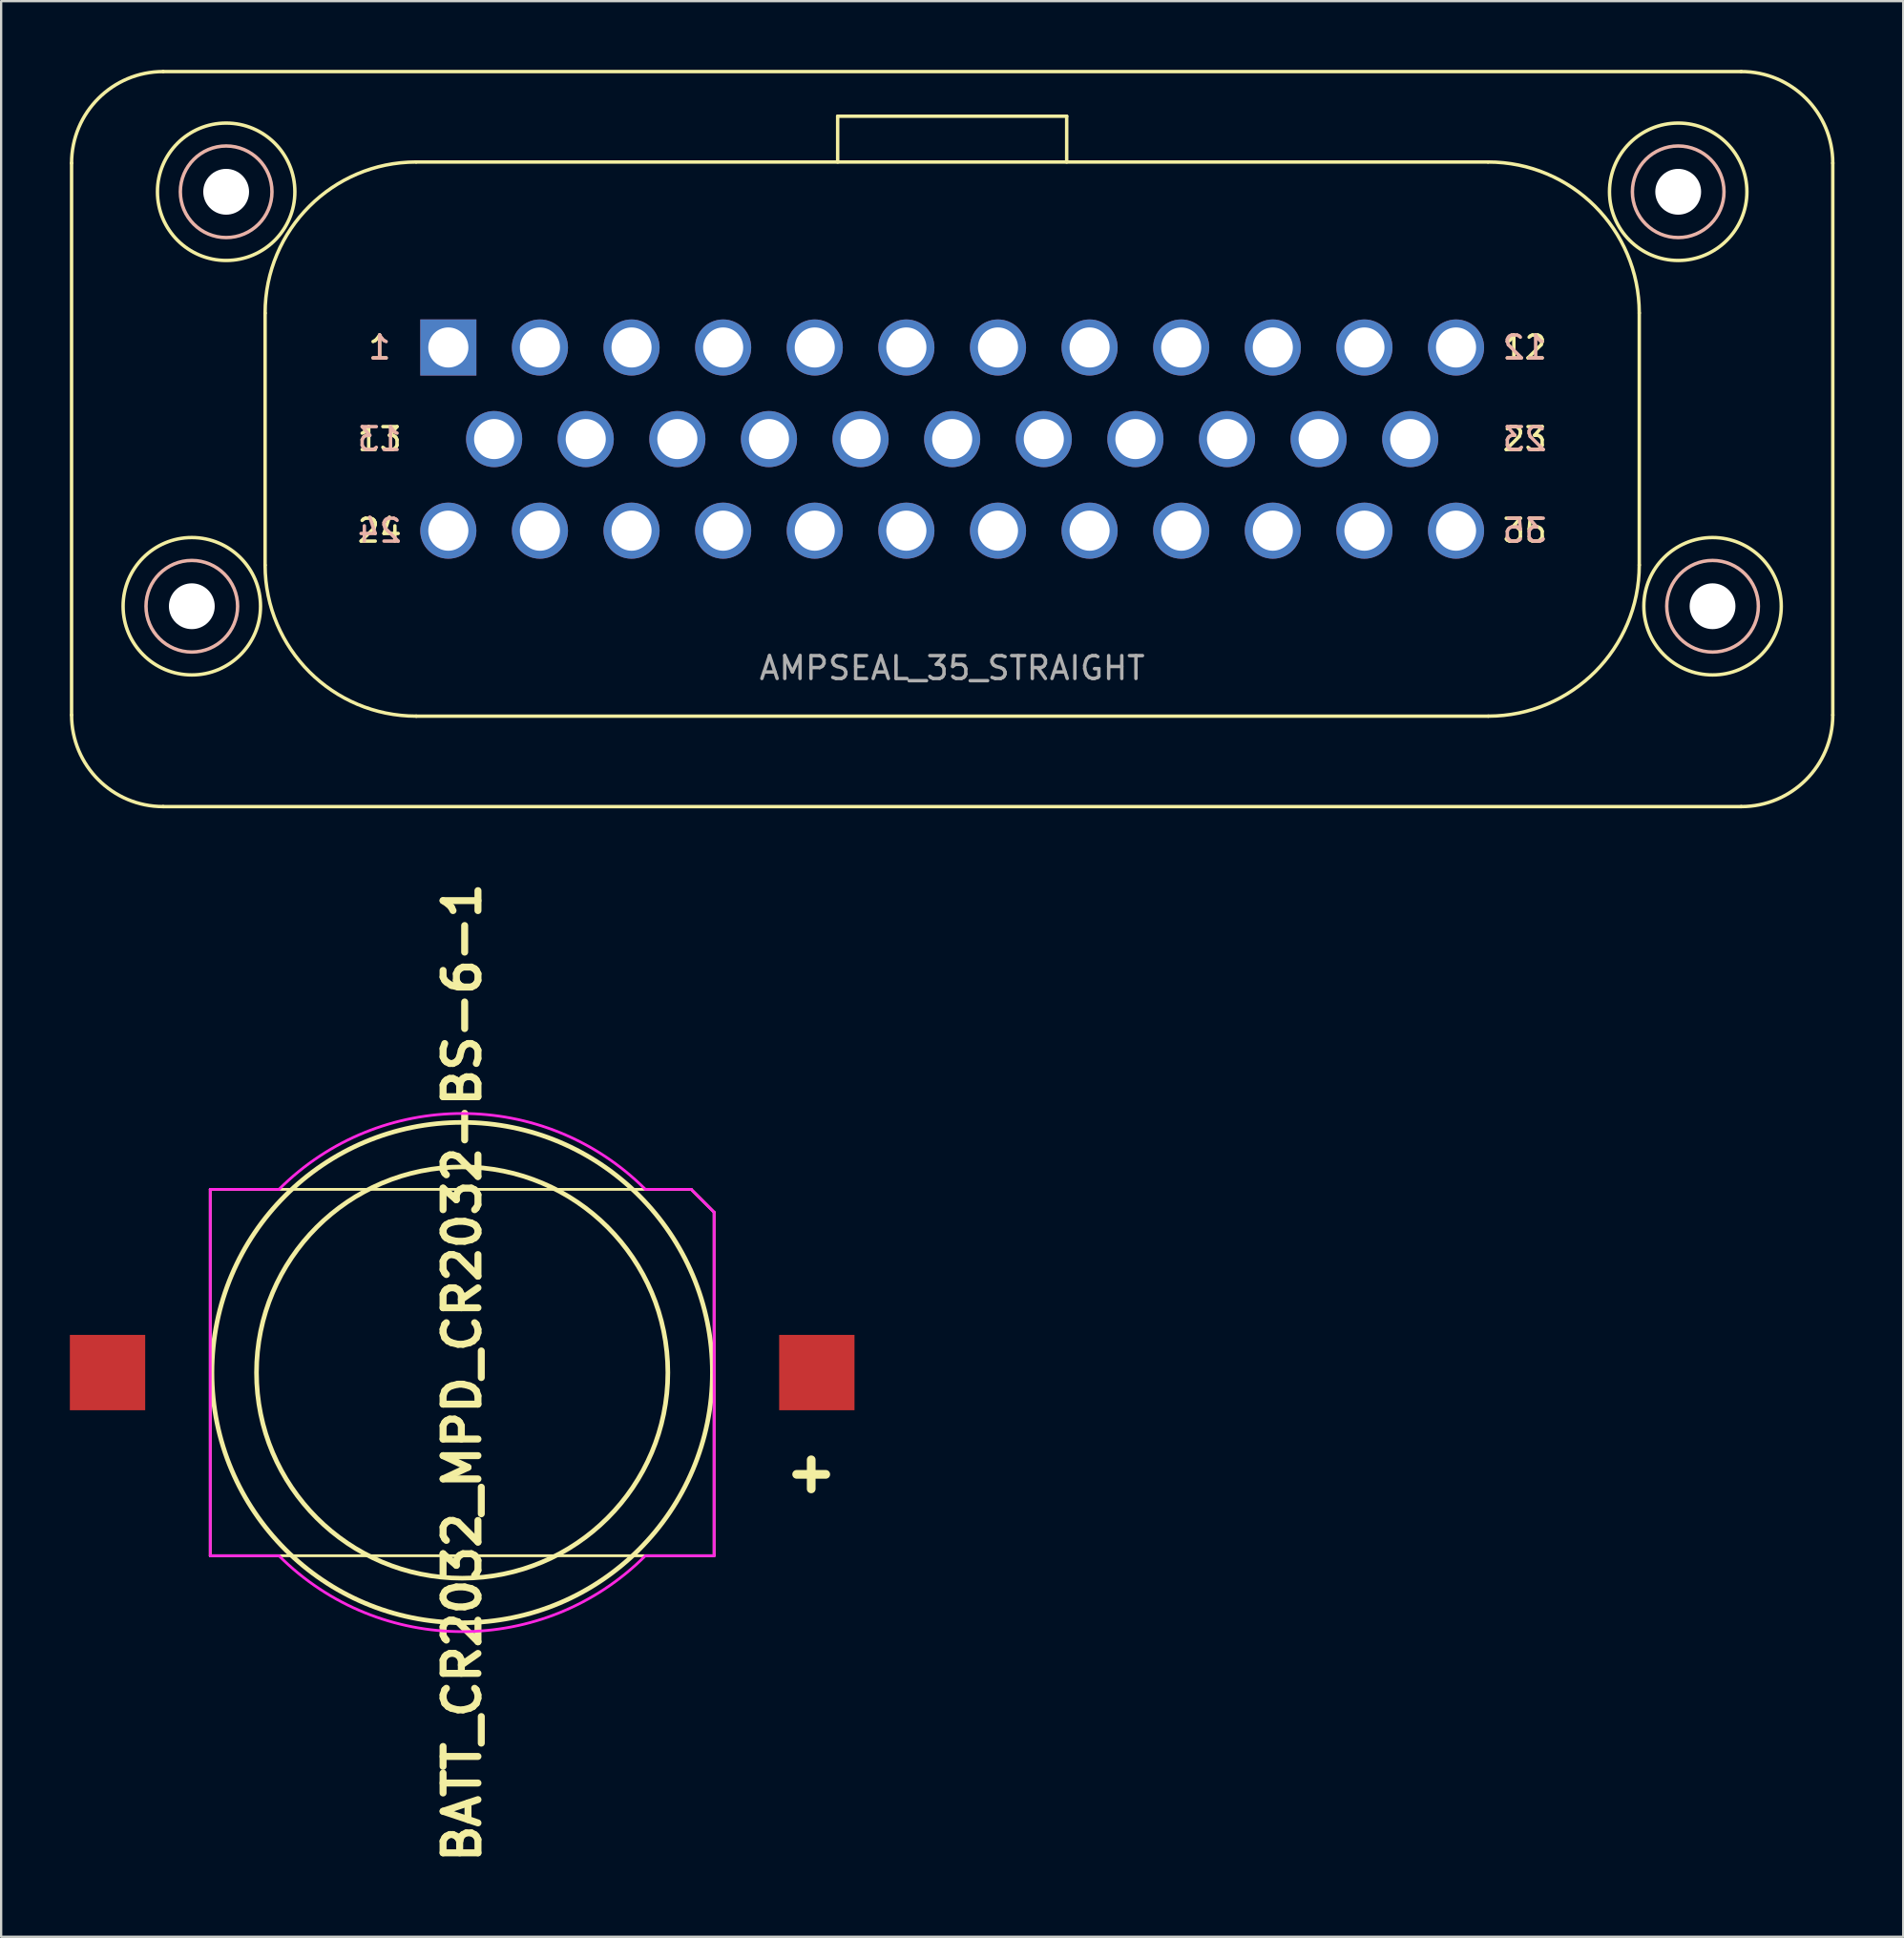
<source format=kicad_pcb>
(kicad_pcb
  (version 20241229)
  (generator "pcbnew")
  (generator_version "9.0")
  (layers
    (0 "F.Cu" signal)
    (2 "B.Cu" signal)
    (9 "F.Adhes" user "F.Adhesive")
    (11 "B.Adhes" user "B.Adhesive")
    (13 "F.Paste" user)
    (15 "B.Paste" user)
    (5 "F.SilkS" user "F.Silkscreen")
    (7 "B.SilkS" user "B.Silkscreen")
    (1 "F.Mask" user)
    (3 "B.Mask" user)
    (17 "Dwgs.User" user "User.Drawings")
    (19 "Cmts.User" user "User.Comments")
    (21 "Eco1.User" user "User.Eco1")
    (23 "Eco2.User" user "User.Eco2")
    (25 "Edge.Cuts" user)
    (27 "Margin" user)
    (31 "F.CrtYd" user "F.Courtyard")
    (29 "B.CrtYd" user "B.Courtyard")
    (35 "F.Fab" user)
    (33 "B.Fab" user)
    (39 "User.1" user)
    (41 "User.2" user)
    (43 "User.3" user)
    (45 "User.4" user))
  (footprint "AMPSEAL_35_STRAIGHT"
    (layer "F.Cu")
    (at 38.525 16.125)
    (property "Reference" "AMPSEAL_35_STRAIGHT" (at 0 10 0) (layer "F.Fab") (effects (font (size 1 1) (thickness 0.15))))
    (attr through_hole)
    (fp_line (start -38.45 -12.05) (end -38.45 12.05) (stroke (width 0.15) (type solid)) (layer "F.SilkS"))
    (fp_line (start -34.45 -16.05) (end 34.45 -16.05) (stroke (width 0.15) (type solid)) (layer "F.SilkS"))
    (fp_line (start -34.45 16.05) (end 34.45 16.05) (stroke (width 0.15) (type solid)) (layer "F.SilkS"))
    (fp_line (start -30 -5.5) (end -30 5.5) (stroke (width 0.15) (type solid)) (layer "F.SilkS"))
    (fp_line (start -23.4 -12.1) (end 23.4 -12.1) (stroke (width 0.15) (type solid)) (layer "F.SilkS"))
    (fp_line (start -23.4 12.1) (end 23.4 12.1) (stroke (width 0.15) (type solid)) (layer "F.SilkS"))
    (fp_line (start -5 -14.1) (end 5 -14.1) (stroke (width 0.15) (type solid)) (layer "F.SilkS"))
    (fp_line (start -5 -12.1) (end -5 -14.1) (stroke (width 0.15) (type solid)) (layer "F.SilkS"))
    (fp_line (start 5 -14.1) (end 5 -12.1) (stroke (width 0.15) (type solid)) (layer "F.SilkS"))
    (fp_line (start 30 -5.5) (end 30 5.5) (stroke (width 0.15) (type solid)) (layer "F.SilkS"))
    (fp_line (start 38.45 -12.05) (end 38.45 12.05) (stroke (width 0.15) (type solid)) (layer "F.SilkS"))
    (fp_arc (start -38.45 -12.05) (mid -37.278427 -14.878427) (end -34.45 -16.05) (stroke (width 0.15) (type solid)) (layer "F.SilkS"))
    (fp_arc (start -34.45 16.05) (mid -37.278427 14.878427) (end -38.45 12.05) (stroke (width 0.15) (type solid)) (layer "F.SilkS"))
    (fp_arc (start -30 -5.5) (mid -28.070976 -10.16283) (end -23.411519 -12.09999) (stroke (width 0.15) (type solid)) (layer "F.SilkS"))
    (fp_arc (start -23.4 12.1) (mid -28.06283 10.170976) (end -29.99999 5.511519) (stroke (width 0.15) (type solid)) (layer "F.SilkS"))
    (fp_arc (start 23.4 -12.1) (mid 28.06283 -10.170976) (end 29.99999 -5.511519) (stroke (width 0.15) (type solid)) (layer "F.SilkS"))
    (fp_arc (start 30 5.5) (mid 28.070976 10.16283) (end 23.411519 12.09999) (stroke (width 0.15) (type solid)) (layer "F.SilkS"))
    (fp_arc (start 34.45 -16.05) (mid 37.278427 -14.878427) (end 38.45 -12.05) (stroke (width 0.15) (type solid)) (layer "F.SilkS"))
    (fp_arc (start 38.45 12.05) (mid 37.278427 14.878427) (end 34.45 16.05) (stroke (width 0.15) (type solid)) (layer "F.SilkS"))
    (fp_circle (center -33.2 7.3) (end -36.2 7.3) (stroke (width 0.15) (type solid)) (fill no) (layer "F.SilkS"))
    (fp_circle (center -31.7 -10.8) (end -34.7 -10.8) (stroke (width 0.15) (type solid)) (fill no) (layer "F.SilkS"))
    (fp_circle (center 31.7 -10.8) (end 34.7 -10.8) (stroke (width 0.15) (type solid)) (fill no) (layer "F.SilkS"))
    (fp_circle (center 33.2 7.3) (end 36.2 7.3) (stroke (width 0.15) (type solid)) (fill no) (layer "F.SilkS"))
    (fp_circle (center -33.2 7.3) (end -35.2 7.3) (stroke (width 0.15) (type solid)) (fill no) (layer "B.SilkS"))
    (fp_circle (center -31.7 -10.8) (end -33.7 -10.8) (stroke (width 0.15) (type solid)) (fill no) (layer "B.SilkS"))
    (fp_circle (center 31.7 -10.8) (end 33.7 -10.8) (stroke (width 0.15) (type solid)) (fill no) (layer "B.SilkS"))
    (fp_circle (center 33.2 7.3) (end 35.2 7.3) (stroke (width 0.15) (type solid)) (fill no) (layer "B.SilkS"))
    (fp_text user "24" (at -25 4 0) (layer "F.SilkS") (effects (font (size 1 1) (thickness 0.15))))
    (fp_text user "1" (at -25 -4 0) (layer "F.SilkS") (effects (font (size 1 1) (thickness 0.15))))
    (fp_text user "12" (at 25 -4 0) (layer "F.SilkS") (effects (font (size 1 1) (thickness 0.15))))
    (fp_text user "13" (at -25 0 0) (layer "F.SilkS") (effects (font (size 1 1) (thickness 0.15))))
    (fp_text user "35" (at 25 4 0) (layer "F.SilkS") (effects (font (size 1 1) (thickness 0.15))))
    (fp_text user "23" (at 25 0 0) (layer "F.SilkS") (effects (font (size 1 1) (thickness 0.15))))
    (fp_text user "24" (at -25 4 0) (layer "B.SilkS") (effects (font (size 1 1) (thickness 0.15)) (justify mirror)))
    (fp_text user "1" (at -25 -4 0) (layer "B.SilkS") (effects (font (size 1 1) (thickness 0.15)) (justify mirror)))
    (fp_text user "13" (at -25 0 0) (layer "B.SilkS") (effects (font (size 1 1) (thickness 0.15)) (justify mirror)))
    (fp_text user "23" (at 25 0 0) (layer "B.SilkS") (effects (font (size 1 1) (thickness 0.15)) (justify mirror)))
    (fp_text user "12" (at 25 -4 0) (layer "B.SilkS") (effects (font (size 1 1) (thickness 0.15)) (justify mirror)))
    (fp_text user "35" (at 25 4 0) (layer "B.SilkS") (effects (font (size 1 1) (thickness 0.15)) (justify mirror)))
    (pad "" np_thru_hole circle (at -33.2 7.3) (size 2 2) (drill 2) (layers "*.Cu" "*.Mask"))
    (pad "" np_thru_hole circle (at -31.7 -10.8) (size 2 2) (drill 2) (layers "*.Cu" "*.Mask"))
    (pad "" np_thru_hole circle (at 31.7 -10.8) (size 2 2) (drill 2) (layers "*.Cu" "*.Mask"))
    (pad "" np_thru_hole circle (at 33.2 7.3) (size 2 2) (drill 2) (layers "*.Cu" "*.Mask"))
    (pad "1" thru_hole rect (at -22 -4) (size 2.45 2.45) (drill 1.75) (layers "*.Cu" "*.Mask"))
    (pad "2" thru_hole circle (at -18 -4) (size 2.45 2.45) (drill 1.75) (layers "*.Cu" "*.Mask"))
    (pad "3" thru_hole circle (at -14 -4) (size 2.45 2.45) (drill 1.75) (layers "*.Cu" "*.Mask"))
    (pad "4" thru_hole circle (at -10 -4) (size 2.45 2.45) (drill 1.75) (layers "*.Cu" "*.Mask"))
    (pad "5" thru_hole circle (at -6 -4) (size 2.45 2.45) (drill 1.75) (layers "*.Cu" "*.Mask"))
    (pad "6" thru_hole circle (at -2 -4) (size 2.45 2.45) (drill 1.75) (layers "*.Cu" "*.Mask"))
    (pad "7" thru_hole circle (at 2 -4) (size 2.45 2.45) (drill 1.75) (layers "*.Cu" "*.Mask"))
    (pad "8" thru_hole circle (at 6 -4) (size 2.45 2.45) (drill 1.75) (layers "*.Cu" "*.Mask"))
    (pad "9" thru_hole circle (at 10 -4) (size 2.45 2.45) (drill 1.75) (layers "*.Cu" "*.Mask"))
    (pad "10" thru_hole circle (at 14 -4) (size 2.45 2.45) (drill 1.75) (layers "*.Cu" "*.Mask"))
    (pad "11" thru_hole circle (at 18 -4) (size 2.45 2.45) (drill 1.75) (layers "*.Cu" "*.Mask"))
    (pad "12" thru_hole circle (at 22 -4) (size 2.45 2.45) (drill 1.75) (layers "*.Cu" "*.Mask"))
    (pad "13" thru_hole circle (at -20 0) (size 2.45 2.45) (drill 1.75) (layers "*.Cu" "*.Mask"))
    (pad "14" thru_hole circle (at -16 0) (size 2.45 2.45) (drill 1.75) (layers "*.Cu" "*.Mask"))
    (pad "15" thru_hole circle (at -12 0) (size 2.45 2.45) (drill 1.75) (layers "*.Cu" "*.Mask"))
    (pad "16" thru_hole circle (at -8 0) (size 2.45 2.45) (drill 1.75) (layers "*.Cu" "*.Mask"))
    (pad "17" thru_hole circle (at -4 0) (size 2.45 2.45) (drill 1.75) (layers "*.Cu" "*.Mask"))
    (pad "18" thru_hole circle (at 0 0) (size 2.45 2.45) (drill 1.75) (layers "*.Cu" "*.Mask"))
    (pad "19" thru_hole circle (at 4 0) (size 2.45 2.45) (drill 1.75) (layers "*.Cu" "*.Mask"))
    (pad "20" thru_hole circle (at 8 0) (size 2.45 2.45) (drill 1.75) (layers "*.Cu" "*.Mask"))
    (pad "21" thru_hole circle (at 12 0) (size 2.45 2.45) (drill 1.75) (layers "*.Cu" "*.Mask"))
    (pad "22" thru_hole circle (at 16 0) (size 2.45 2.45) (drill 1.75) (layers "*.Cu" "*.Mask"))
    (pad "23" thru_hole circle (at 20 0) (size 2.45 2.45) (drill 1.75) (layers "*.Cu" "*.Mask"))
    (pad "24" thru_hole circle (at -22 4) (size 2.45 2.45) (drill 1.75) (layers "*.Cu" "*.Mask"))
    (pad "25" thru_hole circle (at -18 4) (size 2.45 2.45) (drill 1.75) (layers "*.Cu" "*.Mask"))
    (pad "26" thru_hole circle (at -14 4) (size 2.45 2.45) (drill 1.75) (layers "*.Cu" "*.Mask"))
    (pad "27" thru_hole circle (at -10 4) (size 2.45 2.45) (drill 1.75) (layers "*.Cu" "*.Mask"))
    (pad "28" thru_hole circle (at -6 4) (size 2.45 2.45) (drill 1.75) (layers "*.Cu" "*.Mask"))
    (pad "29" thru_hole circle (at -2 4) (size 2.45 2.45) (drill 1.75) (layers "*.Cu" "*.Mask"))
    (pad "30" thru_hole circle (at 2 4) (size 2.45 2.45) (drill 1.75) (layers "*.Cu" "*.Mask"))
    (pad "31" thru_hole circle (at 6 4) (size 2.45 2.45) (drill 1.75) (layers "*.Cu" "*.Mask"))
    (pad "32" thru_hole circle (at 10 4) (size 2.45 2.45) (drill 1.75) (layers "*.Cu" "*.Mask"))
    (pad "33" thru_hole circle (at 14 4) (size 2.45 2.45) (drill 1.75) (layers "*.Cu" "*.Mask"))
    (pad "34" thru_hole circle (at 18 4) (size 2.45 2.45) (drill 1.75) (layers "*.Cu" "*.Mask"))
    (pad "35" thru_hole circle (at 22 4) (size 2.45 2.45) (drill 1.75) (layers "*.Cu" "*.Mask")))
  (footprint "BATT_CR2032_MPD_CR2032-BS-6-1"
    (layer "F.Cu")
    (at 17.13 56.891)
    (property "Reference" "BATT_CR2032_MPD_CR2032-BS-6-1" (at 0 0 90) (layer "F.SilkS") (effects (font (size 1.524 1.524) (thickness 0.305))))
    (attr smd)
    (fp_line (start -11 -8) (end 10 -8) (stroke (width 0.12) (type solid)) (layer "F.SilkS"))
    (fp_line (start -11 8) (end -11 -8) (stroke (width 0.12) (type solid)) (layer "F.SilkS"))
    (fp_line (start 10 -8) (end 11 -7) (stroke (width 0.12) (type solid)) (layer "F.SilkS"))
    (fp_line (start 11 -7) (end 11 8) (stroke (width 0.12) (type solid)) (layer "F.SilkS"))
    (fp_line (start 11 8) (end -11 8) (stroke (width 0.12) (type solid)) (layer "F.SilkS"))
    (fp_line (start 14.605 4.445) (end 15.875 4.445) (stroke (width 0.381) (type solid)) (layer "F.SilkS"))
    (fp_line (start 15.24 3.81) (end 15.24 5.08) (stroke (width 0.381) (type solid)) (layer "F.SilkS"))
    (fp_circle (center 0 0) (end -1.27 -8.89) (stroke (width 0.201) (type solid)) (fill no) (layer "F.SilkS"))
    (fp_circle (center 0 0) (end 6.35 8.89) (stroke (width 0.201) (type solid)) (fill no) (layer "F.SilkS"))
    (fp_line (start -11 -8) (end -8 -8) (stroke (width 0.12) (type solid)) (layer "F.CrtYd"))
    (fp_line (start -11 8) (end -11 -8) (stroke (width 0.12) (type solid)) (layer "F.CrtYd"))
    (fp_line (start -8 8) (end -11 8) (stroke (width 0.12) (type solid)) (layer "F.CrtYd"))
    (fp_line (start 10 -8) (end 8 -8) (stroke (width 0.12) (type solid)) (layer "F.CrtYd"))
    (fp_line (start 10 -8) (end 11 -7) (stroke (width 0.12) (type solid)) (layer "F.CrtYd"))
    (fp_line (start 11 -7) (end 11 8) (stroke (width 0.12) (type solid)) (layer "F.CrtYd"))
    (fp_line (start 11 8) (end 8 8) (stroke (width 0.12) (type solid)) (layer "F.CrtYd"))
    (fp_arc (start -7.999999 -7.999999) (mid 0 -11.313707) (end 7.999999 -7.999999) (stroke (width 0.12) (type solid)) (layer "F.CrtYd"))
    (fp_arc (start 7.999999 7.999999) (mid 0 11.313707) (end -7.999999 7.999999) (stroke (width 0.12) (type solid)) (layer "F.CrtYd"))
    (pad "1" smd rect (at 15.485 0) (size 3.29 3.29) (layers "F.Cu" "F.Mask" "F.Paste"))
    (pad "2" smd rect (at -15.485 0) (size 3.29 3.29) (layers "F.Cu" "F.Mask" "F.Paste")))
  (gr_rect
    (start -3 -3)
    (end 80.05 81.532)
    (stroke (width 0.1) (type default))
    (fill no)
    (layer "Edge.Cuts")))
</source>
